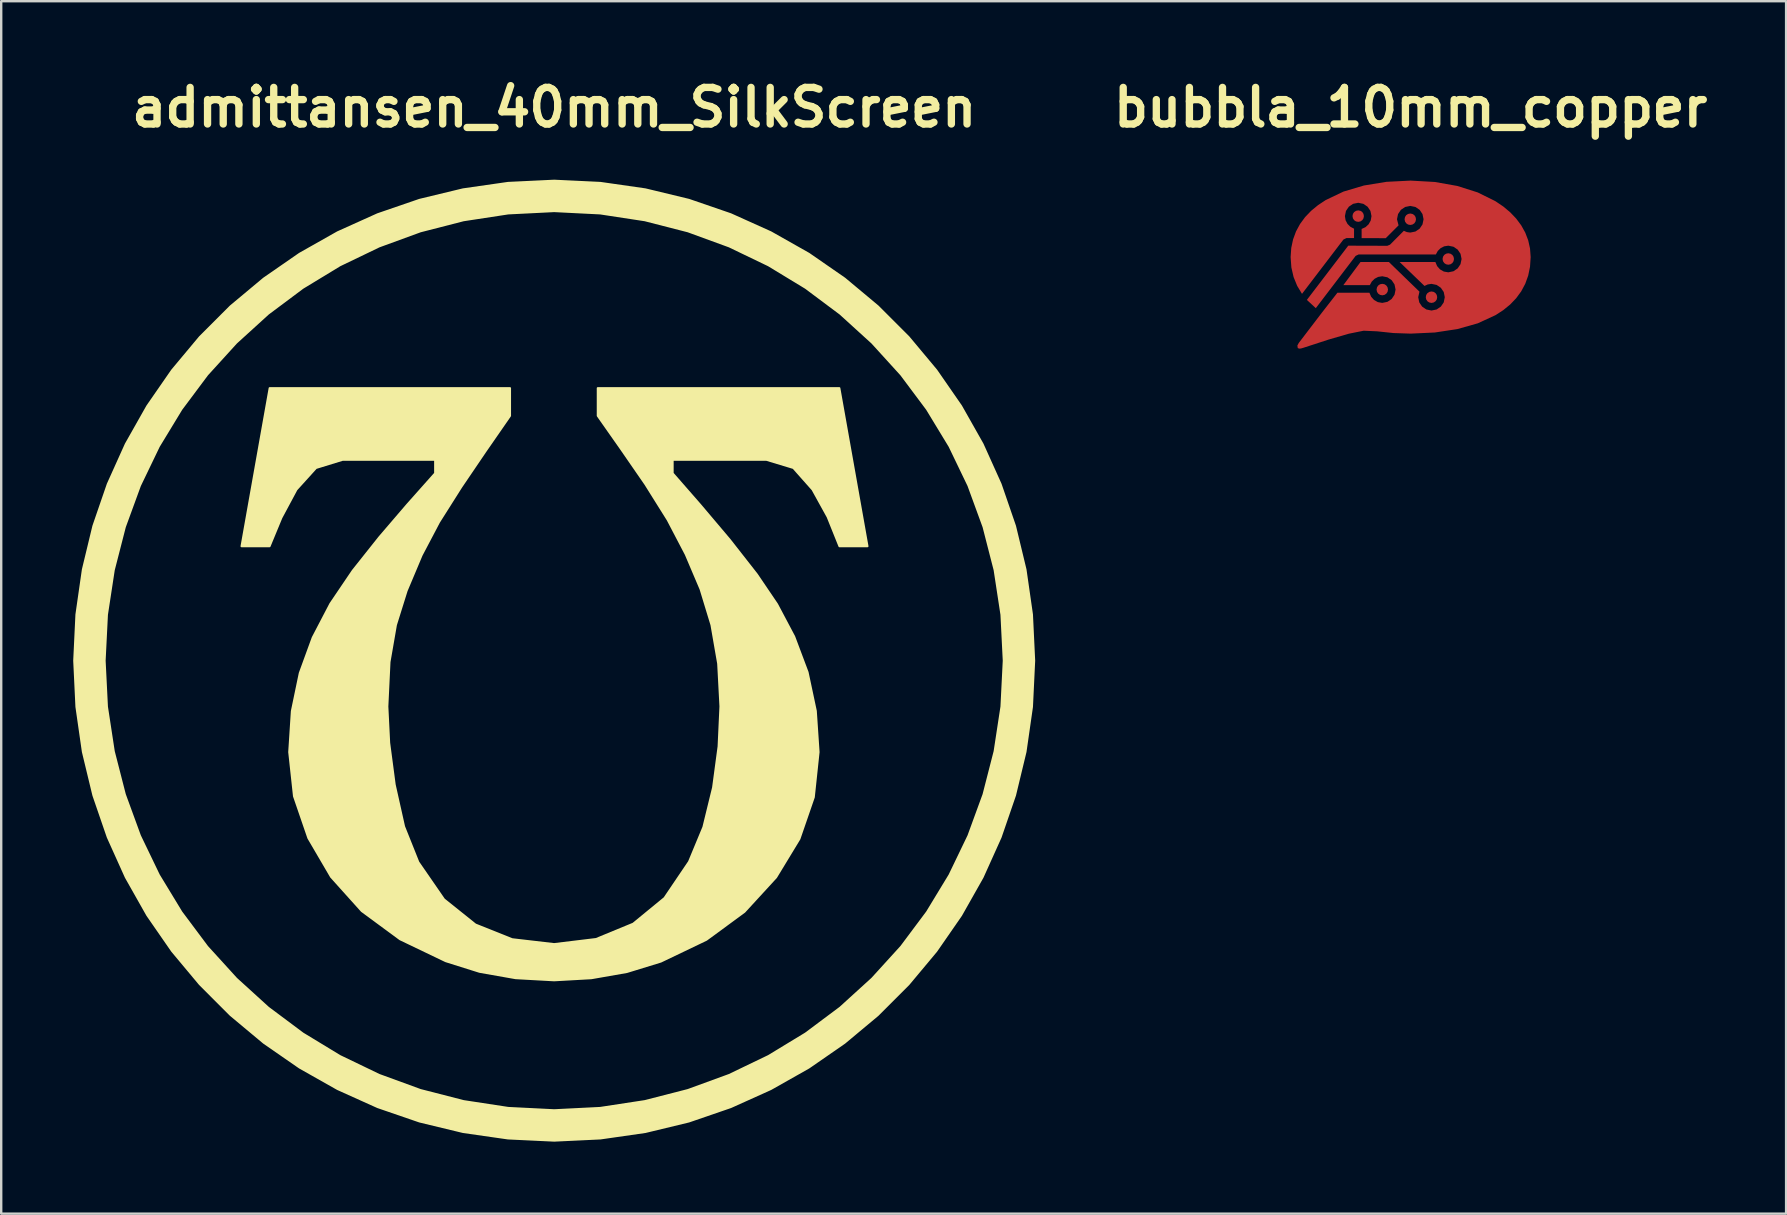
<source format=kicad_pcb>
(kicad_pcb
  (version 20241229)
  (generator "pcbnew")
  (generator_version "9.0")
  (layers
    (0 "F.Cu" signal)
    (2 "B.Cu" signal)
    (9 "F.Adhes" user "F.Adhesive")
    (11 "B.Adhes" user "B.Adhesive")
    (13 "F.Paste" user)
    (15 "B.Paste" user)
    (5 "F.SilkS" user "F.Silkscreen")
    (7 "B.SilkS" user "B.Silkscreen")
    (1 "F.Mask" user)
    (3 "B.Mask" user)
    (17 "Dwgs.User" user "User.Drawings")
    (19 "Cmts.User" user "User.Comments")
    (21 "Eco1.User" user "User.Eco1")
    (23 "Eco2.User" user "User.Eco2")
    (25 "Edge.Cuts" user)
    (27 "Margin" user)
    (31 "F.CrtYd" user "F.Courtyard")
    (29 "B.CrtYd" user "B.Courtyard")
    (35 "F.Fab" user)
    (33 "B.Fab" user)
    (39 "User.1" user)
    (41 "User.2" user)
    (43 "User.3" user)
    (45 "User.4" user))
  (footprint "bubbla_10mm_copper"
    (layer "F.Cu")
    (at 55.718 7.974)
    (property "Reference" "bubbla_10mm_copper" (at 0 -6.548 0) (layer "F.SilkS") (effects (font (size 1.524 1.524) (thickness 0.305))))
    (attr exclude_from_pos_files exclude_from_bom)
    (fp_poly (pts (xy -2.184 -2.259) (xy -2.277 -2.241) (xy -2.353 -2.19) (xy -2.404 -2.114) (xy -2.422 -2.021) (xy -2.404 -1.927) (xy -2.353 -1.851) (xy -2.277 -1.8) (xy -2.184 -1.782) (xy -2.091 -1.8) (xy -2.015 -1.851) (xy -1.965 -1.927) (xy -1.947 -2.021) (xy -1.965 -2.114) (xy -2.015 -2.19) (xy -2.091 -2.241) (xy -2.184 -2.259)) (stroke (width 0) (type solid)) (fill yes) (layer "F.Cu"))
    (fp_poly (pts (xy -1.182 0.801) (xy -1.275 0.819) (xy -1.351 0.87) (xy -1.401 0.946) (xy -1.42 1.04) (xy -1.401 1.134) (xy -1.351 1.209) (xy -1.275 1.26) (xy -1.182 1.279) (xy -1.088 1.26) (xy -1.013 1.209) (xy -0.962 1.134) (xy -0.943 1.04) (xy -0.962 0.946) (xy -1.013 0.87) (xy -1.088 0.819) (xy -1.182 0.801)) (stroke (width 0) (type solid)) (fill yes) (layer "F.Cu"))
    (fp_poly (pts (xy -0.015 -2.129) (xy -0.108 -2.11) (xy -0.184 -2.06) (xy -0.234 -1.984) (xy -0.253 -1.89) (xy -0.234 -1.797) (xy -0.184 -1.721) (xy -0.108 -1.67) (xy -0.015 -1.652) (xy 0.078 -1.67) (xy 0.154 -1.721) (xy 0.204 -1.797) (xy 0.223 -1.89) (xy 0.204 -1.984) (xy 0.154 -2.06) (xy 0.078 -2.11) (xy -0.015 -2.129)) (stroke (width 0) (type solid)) (fill yes) (layer "F.Cu"))
    (fp_poly (pts (xy 0.869 1.119) (xy 0.775 1.137) (xy 0.7 1.188) (xy 0.649 1.264) (xy 0.631 1.357) (xy 0.649 1.451) (xy 0.7 1.526) (xy 0.775 1.577) (xy 0.869 1.596) (xy 0.962 1.577) (xy 1.037 1.526) (xy 1.088 1.451) (xy 1.106 1.357) (xy 1.088 1.264) (xy 1.037 1.188) (xy 0.962 1.137) (xy 0.869 1.119)) (stroke (width 0) (type solid)) (fill yes) (layer "F.Cu"))
    (fp_poly (pts (xy 1.568 -0.473) (xy 1.475 -0.454) (xy 1.399 -0.404) (xy 1.349 -0.328) (xy 1.33 -0.234) (xy 1.349 -0.141) (xy 1.399 -0.065) (xy 1.475 -0.014) (xy 1.568 0.004) (xy 1.661 -0.014) (xy 1.737 -0.065) (xy 1.787 -0.141) (xy 1.806 -0.234) (xy 1.787 -0.328) (xy 1.737 -0.404) (xy 1.661 -0.454) (xy 1.568 -0.473)) (stroke (width 0) (type solid)) (fill yes) (layer "F.Cu"))
    (fp_poly (pts (xy -0.00008 -3.5) (xy -1.008 -3.449) (xy -1.946 -3.296) (xy -2.796 -3.043) (xy -3.536 -2.691) (xy -3.858 -2.478) (xy -4.146 -2.241) (xy -4.397 -1.979) (xy -4.607 -1.693) (xy -4.775 -1.384) (xy -4.898 -1.05) (xy -4.974 -0.693) (xy -5 -0.312) (xy -4.969 0.118) (xy -4.877 0.517) (xy -4.728 0.883) (xy -4.526 1.218) (xy -2.8 -1.045) (xy -2.675 -1.105) (xy -2.358 -1.105) (xy -2.358 -1.497) (xy -2.51 -1.576) (xy -2.63 -1.695) (xy -2.71 -1.847) (xy -2.738 -2.021) (xy -2.694 -2.236) (xy -2.575 -2.412) (xy -2.399 -2.532) (xy -2.184 -2.576) (xy -1.97 -2.532) (xy -1.794 -2.412) (xy -1.675 -2.236) (xy -1.631 -2.021) (xy -1.662 -1.839) (xy -1.749 -1.682) (xy -1.879 -1.561) (xy -2.042 -1.486) (xy -2.042 -1.104) (xy -1.037 -1.101) (xy -0.503 -1.635) (xy -0.569 -1.89) (xy -0.525 -2.105) (xy -0.406 -2.282) (xy -0.23 -2.401) (xy -0.015 -2.445) (xy 0.2 -2.401) (xy 0.375 -2.282) (xy 0.494 -2.105) (xy 0.538 -1.89) (xy 0.494 -1.675) (xy 0.375 -1.498) (xy 0.2 -1.379) (xy -0.015 -1.335) (xy -0.156 -1.355) (xy -0.284 -1.408) (xy -0.86 -0.83) (xy -0.972 -0.784) (xy -2.599 -0.789) (xy -4.323 1.47) (xy -3.951 1.814) (xy -2.291 -0.364) (xy -2.166 -0.424) (xy 1.051 -0.424) (xy 1.131 -0.57) (xy 1.25 -0.686) (xy 1.398 -0.762) (xy 1.568 -0.789) (xy 1.783 -0.745) (xy 1.959 -0.626) (xy 2.078 -0.45) (xy 2.122 -0.234) (xy 2.078 -0.019) (xy 1.959 0.158) (xy 1.783 0.277) (xy 1.568 0.321) (xy 1.382 0.289) (xy 1.223 0.198) (xy 1.103 0.062) (xy 1.031 -0.108) (xy -0.459 -0.108) (xy 0.577 0.888) (xy 0.715 0.825) (xy 0.869 0.802) (xy 1.083 0.846) (xy 1.259 0.966) (xy 1.379 1.142) (xy 1.422 1.357) (xy 1.379 1.573) (xy 1.259 1.749) (xy 1.083 1.869) (xy 0.869 1.913) (xy 0.654 1.869) (xy 0.478 1.749) (xy 0.359 1.573) (xy 0.316 1.357) (xy 0.368 1.127) (xy -0.906 -0.108) (xy -2.089 -0.108) (xy -2.804 0.856) (xy -1.701 0.856) (xy -1.621 0.708) (xy -1.502 0.59) (xy -1.353 0.512) (xy -1.182 0.485) (xy -0.967 0.529) (xy -0.791 0.648) (xy -0.672 0.825) (xy -0.628 1.04) (xy -0.672 1.255) (xy -0.791 1.432) (xy -0.967 1.551) (xy -1.182 1.595) (xy -1.366 1.563) (xy -1.524 1.474) (xy -1.644 1.34) (xy -1.717 1.172) (xy -3.051 1.172) (xy -3.693 1.996) (xy -4.661 3.264) (xy -4.718 3.369) (xy -4.703 3.476) (xy -4.645 3.5) (xy -4.57 3.494) (xy -4.477 3.468) (xy -3.418 3.123) (xy -2.577 2.879) (xy -1.958 2.754) (xy -1.397 2.779) (xy -0.714 2.851) (xy -0.000055 2.875) (xy 1.008 2.828) (xy 1.946 2.686) (xy 2.796 2.446) (xy 3.535 2.106) (xy 3.858 1.897) (xy 4.146 1.662) (xy 4.396 1.401) (xy 4.607 1.113) (xy 4.775 0.798) (xy 4.898 0.456) (xy 4.974 0.086) (xy 5 -0.313) (xy 4.974 -0.671) (xy 4.898 -1.011) (xy 4.775 -1.333) (xy 4.607 -1.636) (xy 4.396 -1.919) (xy 4.146 -2.181) (xy 3.858 -2.422) (xy 3.535 -2.64) (xy 2.796 -3.007) (xy 1.946 -3.277) (xy 1.008 -3.443) (xy -0.000055 -3.5) (xy -0.00008 -3.5)) (stroke (width 0) (type solid)) (fill yes) (layer "F.Cu")))
  (footprint "admittansen_40mm_SilkScreen"
    (layer "F.Cu")
    (at 20.038 24.474)
    (property "Reference" "admittansen_40mm_SilkScreen" (at 0 -23.048 0) (layer "F.SilkS") (effects (font (size 1.524 1.524) (thickness 0.305))))
    (attr exclude_from_pos_files exclude_from_bom)
    (fp_poly (pts (xy -13.028 -4.766) (xy -11.856 -11.355) (xy -1.838 -11.355) (xy -1.838 -10.2) (xy -2.865 -8.718) (xy -3.876 -7.228) (xy -4.797 -5.772) (xy -5.523 -4.393) (xy -6.147 -2.911) (xy -6.592 -1.489) (xy -6.86 0.056) (xy -6.949 1.907) (xy -6.873 3.427) (xy -6.643 5.167) (xy -6.253 6.908) (xy -5.659 8.393) (xy -4.589 9.943) (xy -3.281 10.991) (xy -1.749 11.603) (xy -0.004 11.806) (xy 1.745 11.594) (xy 3.29 10.957) (xy 4.593 9.888) (xy 5.616 8.376) (xy 6.215 6.933) (xy 6.618 5.286) (xy 6.847 3.575) (xy 6.924 1.907) (xy 6.83 0.124) (xy 6.55 -1.489) (xy 6.096 -2.979) (xy 5.48 -4.427) (xy 4.729 -5.862) (xy 3.799 -7.347) (xy 2.785 -8.816) (xy 1.813 -10.2) (xy 1.813 -11.355) (xy 11.882 -11.355) (xy 13.054 -4.766) (xy 11.882 -4.766) (xy 11.39 -5.989) (xy 10.761 -7.127) (xy 9.963 -8.027) (xy 8.843 -8.366) (xy 4.937 -8.366) (xy 4.937 -7.806) (xy 6.083 -6.494) (xy 7.314 -5.038) (xy 8.444 -3.595) (xy 9.284 -2.355) (xy 10.001 -1.001) (xy 10.558 0.481) (xy 10.901 2.094) (xy 11.016 3.809) (xy 10.817 5.689) (xy 10.218 7.426) (xy 9.246 9.026) (xy 7.926 10.465) (xy 6.342 11.628) (xy 4.445 12.537) (xy 3.03 12.971) (xy 1.547 13.231) (xy -0.004 13.318) (xy -1.608 13.229) (xy -3.113 12.963) (xy -4.521 12.52) (xy -6.423 11.607) (xy -8.019 10.431) (xy -9.297 9.009) (xy -10.243 7.392) (xy -10.842 5.647) (xy -11.041 3.809) (xy -10.931 2.102) (xy -10.6 0.515) (xy -10.061 -0.963) (xy -9.326 -2.372) (xy -8.392 -3.752) (xy -7.289 -5.14) (xy -6.121 -6.503) (xy -4.962 -7.806) (xy -4.962 -8.366) (xy -8.817 -8.366) (xy -9.921 -8.027) (xy -10.736 -7.127) (xy -11.364 -5.955) (xy -11.856 -4.766) (xy -13.028 -4.766) (xy -13.028 -4.766)) (stroke (width 0.08) (type solid)) (fill yes) (layer "F.SilkS"))
    (fp_poly (pts (xy 0 -20) (xy 0 -18.725) (xy 1.916 -18.629) (xy 3.776 -18.345) (xy 5.571 -17.884) (xy 7.292 -17.255) (xy 8.929 -16.467) (xy 10.473 -15.529) (xy 11.914 -14.452) (xy 13.243 -13.243) (xy 14.452 -11.914) (xy 15.529 -10.473) (xy 16.467 -8.929) (xy 17.255 -7.292) (xy 17.884 -5.571) (xy 18.345 -3.776) (xy 18.629 -1.916) (xy 18.725 0) (xy 18.629 1.916) (xy 18.345 3.776) (xy 17.884 5.571) (xy 17.255 7.292) (xy 16.467 8.929) (xy 15.529 10.473) (xy 14.452 11.914) (xy 13.243 13.243) (xy 11.914 14.452) (xy 10.473 15.529) (xy 8.929 16.467) (xy 7.292 17.255) (xy 5.571 17.884) (xy 3.776 18.345) (xy 1.916 18.629) (xy 0 18.725) (xy -1.916 18.629) (xy -3.776 18.345) (xy -5.571 17.884) (xy -7.292 17.255) (xy -8.929 16.467) (xy -10.473 15.529) (xy -11.914 14.452) (xy -13.243 13.243) (xy -14.452 11.914) (xy -15.529 10.473) (xy -16.467 8.929) (xy -17.255 7.292) (xy -17.884 5.571) (xy -18.345 3.776) (xy -18.629 1.916) (xy -18.725 0) (xy -18.629 -1.916) (xy -18.345 -3.776) (xy -17.884 -5.571) (xy -17.255 -7.292) (xy -16.467 -8.929) (xy -15.529 -10.473) (xy -14.452 -11.914) (xy -13.243 -13.243) (xy -11.914 -14.452) (xy -10.473 -15.529) (xy -8.929 -16.467) (xy -7.292 -17.255) (xy -5.571 -17.884) (xy -3.776 -18.345) (xy -1.916 -18.629) (xy 0 -18.725) (xy 0 -20) (xy -1.925 -19.908) (xy -3.798 -19.639) (xy -5.612 -19.201) (xy -7.357 -18.601) (xy -9.026 -17.849) (xy -10.609 -16.954) (xy -12.099 -15.922) (xy -13.486 -14.764) (xy -14.764 -13.486) (xy -15.922 -12.099) (xy -16.954 -10.609) (xy -17.849 -9.026) (xy -18.601 -7.357) (xy -19.201 -5.612) (xy -19.639 -3.798) (xy -19.908 -1.925) (xy -20 0) (xy -19.908 1.925) (xy -19.639 3.798) (xy -19.201 5.612) (xy -18.601 7.357) (xy -17.849 9.026) (xy -16.954 10.609) (xy -15.922 12.099) (xy -14.764 13.486) (xy -13.486 14.764) (xy -12.099 15.922) (xy -10.609 16.954) (xy -9.026 17.849) (xy -7.357 18.601) (xy -5.612 19.201) (xy -3.798 19.639) (xy -1.925 19.908) (xy 0 20) (xy 1.925 19.908) (xy 3.798 19.639) (xy 5.612 19.201) (xy 7.357 18.601) (xy 9.026 17.849) (xy 10.609 16.954) (xy 12.099 15.922) (xy 13.486 14.764) (xy 14.764 13.486) (xy 15.922 12.099) (xy 16.954 10.609) (xy 17.849 9.026) (xy 18.601 7.357) (xy 19.201 5.612) (xy 19.639 3.798) (xy 19.908 1.925) (xy 20 0) (xy 19.908 -1.925) (xy 19.639 -3.798) (xy 19.201 -5.612) (xy 18.601 -7.357) (xy 17.849 -9.026) (xy 16.954 -10.609) (xy 15.922 -12.099) (xy 14.764 -13.486) (xy 13.486 -14.764) (xy 12.099 -15.922) (xy 10.609 -16.954) (xy 9.026 -17.849) (xy 7.357 -18.601) (xy 5.612 -19.201) (xy 3.798 -19.639) (xy 1.925 -19.908) (xy 0 -20)) (stroke (width 0.076) (type solid)) (fill yes) (layer "F.SilkS")))
  (gr_rect
    (start -3 -3)
    (end 71.36 47.512)
    (stroke (width 0.1) (type default))
    (fill no)
    (layer "Edge.Cuts")))
</source>
